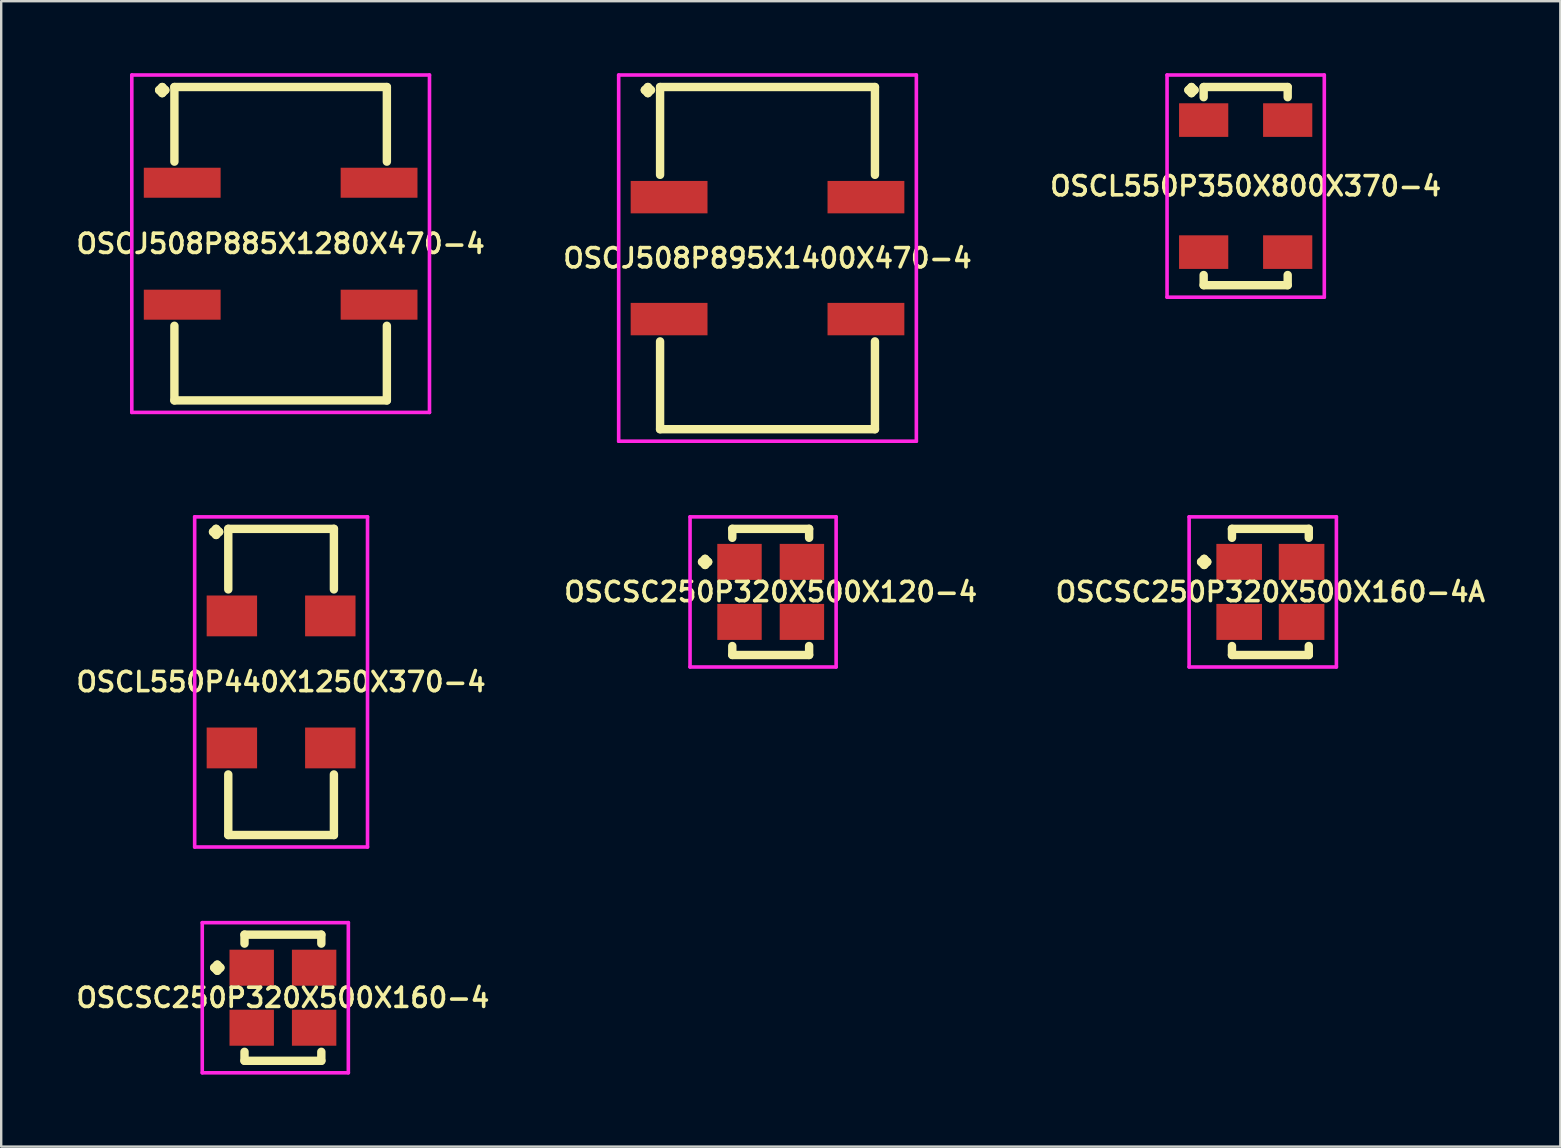
<source format=kicad_pcb>
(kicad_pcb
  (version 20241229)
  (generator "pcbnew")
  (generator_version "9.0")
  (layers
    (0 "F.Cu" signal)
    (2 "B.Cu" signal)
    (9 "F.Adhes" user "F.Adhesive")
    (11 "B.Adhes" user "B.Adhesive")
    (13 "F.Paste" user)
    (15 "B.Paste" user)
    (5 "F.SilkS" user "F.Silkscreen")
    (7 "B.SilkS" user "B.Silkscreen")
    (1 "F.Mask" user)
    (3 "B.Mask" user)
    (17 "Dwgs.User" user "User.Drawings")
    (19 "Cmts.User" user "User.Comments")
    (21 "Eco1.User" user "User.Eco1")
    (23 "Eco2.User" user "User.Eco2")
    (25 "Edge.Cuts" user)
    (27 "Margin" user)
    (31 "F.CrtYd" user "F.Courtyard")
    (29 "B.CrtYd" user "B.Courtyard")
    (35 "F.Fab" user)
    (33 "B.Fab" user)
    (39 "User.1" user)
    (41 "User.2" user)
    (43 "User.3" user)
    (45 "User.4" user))
  (footprint "OSCL550P350X800X370-4"
    (layer "F.Cu")
    (at 48.839 4.702)
    (property "Reference" "OSCL550P350X800X370-4" (at 0 0 0) (layer "F.SilkS") (effects (font (size 0.8 0.8) (thickness 0.15))))
    (attr through_hole)
    (fp_line (start -2.385 -4) (end -2.258 -4.127) (stroke (width 0.35) (type solid)) (layer "F.SilkS"))
    (fp_line (start -2.258 -4.127) (end -2.131 -4) (stroke (width 0.35) (type solid)) (layer "F.SilkS"))
    (fp_line (start -2.258 -3.873) (end -2.385 -4) (stroke (width 0.35) (type solid)) (layer "F.SilkS"))
    (fp_line (start -2.131 -4) (end -2.258 -3.873) (stroke (width 0.35) (type solid)) (layer "F.SilkS"))
    (fp_line (start -1.75 -4.127) (end 1.75 -4.127) (stroke (width 0.35) (type solid)) (layer "F.SilkS"))
    (fp_line (start -1.75 -3.704) (end -1.75 -4.127) (stroke (width 0.35) (type solid)) (layer "F.SilkS"))
    (fp_line (start -1.75 3.704) (end -1.75 4.127) (stroke (width 0.35) (type solid)) (layer "F.SilkS"))
    (fp_line (start -1.75 4.127) (end 1.75 4.127) (stroke (width 0.35) (type solid)) (layer "F.SilkS"))
    (fp_line (start 1.75 -4.127) (end 1.75 -3.704) (stroke (width 0.35) (type solid)) (layer "F.SilkS"))
    (fp_line (start 1.75 4.127) (end 1.75 3.704) (stroke (width 0.35) (type solid)) (layer "F.SilkS"))
    (fp_line (start -3.275 -4.627) (end 3.275 -4.627) (stroke (width 0.15) (type solid)) (layer "F.CrtYd"))
    (fp_line (start -3.275 4.627) (end -3.275 -4.627) (stroke (width 0.15) (type solid)) (layer "F.CrtYd"))
    (fp_line (start 3.275 -4.627) (end 3.275 4.627) (stroke (width 0.15) (type solid)) (layer "F.CrtYd"))
    (fp_line (start 3.275 4.627) (end -3.275 4.627) (stroke (width 0.15) (type solid)) (layer "F.CrtYd"))
    (pad "1" smd rect (at -1.75 -2.75) (size 2.05 1.4) (layers "F.Cu" "F.Mask" "F.Paste"))
    (pad "2" smd rect (at -1.75 2.75) (size 2.05 1.4) (layers "F.Cu" "F.Mask" "F.Paste"))
    (pad "3" smd rect (at 1.75 2.75) (size 2.05 1.4) (layers "F.Cu" "F.Mask" "F.Paste"))
    (pad "4" smd rect (at 1.75 -2.75) (size 2.05 1.4) (layers "F.Cu" "F.Mask" "F.Paste")))
  (footprint "OSCJ508P885X1280X470-4"
    (layer "F.Cu")
    (at 8.64 7.102)
    (property "Reference" "OSCJ508P885X1280X470-4" (at 0 0 0) (layer "F.SilkS") (effects (font (size 0.8 0.8) (thickness 0.15))))
    (attr through_hole)
    (fp_line (start -5.06 -6.4) (end -4.933 -6.527) (stroke (width 0.35) (type solid)) (layer "F.SilkS"))
    (fp_line (start -4.933 -6.527) (end -4.806 -6.4) (stroke (width 0.35) (type solid)) (layer "F.SilkS"))
    (fp_line (start -4.933 -6.273) (end -5.06 -6.4) (stroke (width 0.35) (type solid)) (layer "F.SilkS"))
    (fp_line (start -4.806 -6.4) (end -4.933 -6.273) (stroke (width 0.35) (type solid)) (layer "F.SilkS"))
    (fp_line (start -4.425 -6.527) (end 4.425 -6.527) (stroke (width 0.35) (type solid)) (layer "F.SilkS"))
    (fp_line (start -4.425 -3.419) (end -4.425 -6.527) (stroke (width 0.35) (type solid)) (layer "F.SilkS"))
    (fp_line (start -4.425 3.419) (end -4.425 6.527) (stroke (width 0.35) (type solid)) (layer "F.SilkS"))
    (fp_line (start -4.425 6.527) (end 4.425 6.527) (stroke (width 0.35) (type solid)) (layer "F.SilkS"))
    (fp_line (start 4.425 -6.527) (end 4.425 -3.419) (stroke (width 0.35) (type solid)) (layer "F.SilkS"))
    (fp_line (start 4.425 6.527) (end 4.425 3.419) (stroke (width 0.35) (type solid)) (layer "F.SilkS"))
    (fp_line (start -6.2 -7.027) (end 6.2 -7.027) (stroke (width 0.15) (type solid)) (layer "F.CrtYd"))
    (fp_line (start -6.2 7.027) (end -6.2 -7.027) (stroke (width 0.15) (type solid)) (layer "F.CrtYd"))
    (fp_line (start 6.2 -7.027) (end 6.2 7.027) (stroke (width 0.15) (type solid)) (layer "F.CrtYd"))
    (fp_line (start 6.2 7.027) (end -6.2 7.027) (stroke (width 0.15) (type solid)) (layer "F.CrtYd"))
    (pad "1" smd rect (at -4.1 -2.54) (size 3.2 1.25) (layers "F.Cu" "F.Mask" "F.Paste"))
    (pad "2" smd rect (at -4.1 2.54) (size 3.2 1.25) (layers "F.Cu" "F.Mask" "F.Paste"))
    (pad "3" smd rect (at 4.1 2.54) (size 3.2 1.25) (layers "F.Cu" "F.Mask" "F.Paste"))
    (pad "4" smd rect (at 4.1 -2.54) (size 3.2 1.25) (layers "F.Cu" "F.Mask" "F.Paste")))
  (footprint "OSCSC250P320X500X160-4"
    (layer "F.Cu")
    (at 8.735 38.51)
    (property "Reference" "OSCSC250P320X500X160-4" (at 0 0 0) (layer "F.SilkS") (effects (font (size 0.8 0.8) (thickness 0.15))))
    (attr through_hole)
    (fp_line (start -2.86 -1.25) (end -2.733 -1.377) (stroke (width 0.35) (type solid)) (layer "F.SilkS"))
    (fp_line (start -2.733 -1.377) (end -2.606 -1.25) (stroke (width 0.35) (type solid)) (layer "F.SilkS"))
    (fp_line (start -2.733 -1.123) (end -2.86 -1.25) (stroke (width 0.35) (type solid)) (layer "F.SilkS"))
    (fp_line (start -2.606 -1.25) (end -2.733 -1.123) (stroke (width 0.35) (type solid)) (layer "F.SilkS"))
    (fp_line (start -1.6 -2.627) (end 1.6 -2.627) (stroke (width 0.35) (type solid)) (layer "F.SilkS"))
    (fp_line (start -1.6 -2.254) (end -1.6 -2.627) (stroke (width 0.35) (type solid)) (layer "F.SilkS"))
    (fp_line (start -1.6 2.254) (end -1.6 2.627) (stroke (width 0.35) (type solid)) (layer "F.SilkS"))
    (fp_line (start -1.6 2.627) (end 1.6 2.627) (stroke (width 0.35) (type solid)) (layer "F.SilkS"))
    (fp_line (start 1.6 -2.627) (end 1.6 -2.254) (stroke (width 0.35) (type solid)) (layer "F.SilkS"))
    (fp_line (start 1.6 2.627) (end 1.6 2.254) (stroke (width 0.35) (type solid)) (layer "F.SilkS"))
    (fp_line (start -3.36 -3.127) (end 2.725 -3.127) (stroke (width 0.15) (type solid)) (layer "F.CrtYd"))
    (fp_line (start -3.36 3.127) (end -3.36 -3.127) (stroke (width 0.15) (type solid)) (layer "F.CrtYd"))
    (fp_line (start 2.725 -3.127) (end 2.725 3.127) (stroke (width 0.15) (type solid)) (layer "F.CrtYd"))
    (fp_line (start 2.725 3.127) (end -3.36 3.127) (stroke (width 0.15) (type solid)) (layer "F.CrtYd"))
    (pad "1" smd rect (at -1.3 -1.25) (size 1.85 1.5) (layers "F.Cu" "F.Mask" "F.Paste"))
    (pad "2" smd rect (at -1.3 1.25) (size 1.85 1.5) (layers "F.Cu" "F.Mask" "F.Paste"))
    (pad "3" smd rect (at 1.3 1.25) (size 1.85 1.5) (layers "F.Cu" "F.Mask" "F.Paste"))
    (pad "4" smd rect (at 1.3 -1.25) (size 1.85 1.5) (layers "F.Cu" "F.Mask" "F.Paste")))
  (footprint "OSCSC250P320X500X120-4"
    (layer "F.Cu")
    (at 29.054 21.606)
    (property "Reference" "OSCSC250P320X500X120-4" (at 0 0 0) (layer "F.SilkS") (effects (font (size 0.8 0.8) (thickness 0.15))))
    (attr through_hole)
    (fp_line (start -2.86 -1.25) (end -2.733 -1.377) (stroke (width 0.35) (type solid)) (layer "F.SilkS"))
    (fp_line (start -2.733 -1.377) (end -2.606 -1.25) (stroke (width 0.35) (type solid)) (layer "F.SilkS"))
    (fp_line (start -2.733 -1.123) (end -2.86 -1.25) (stroke (width 0.35) (type solid)) (layer "F.SilkS"))
    (fp_line (start -2.606 -1.25) (end -2.733 -1.123) (stroke (width 0.35) (type solid)) (layer "F.SilkS"))
    (fp_line (start -1.6 -2.627) (end 1.6 -2.627) (stroke (width 0.35) (type solid)) (layer "F.SilkS"))
    (fp_line (start -1.6 -2.254) (end -1.6 -2.627) (stroke (width 0.35) (type solid)) (layer "F.SilkS"))
    (fp_line (start -1.6 2.254) (end -1.6 2.627) (stroke (width 0.35) (type solid)) (layer "F.SilkS"))
    (fp_line (start -1.6 2.627) (end 1.6 2.627) (stroke (width 0.35) (type solid)) (layer "F.SilkS"))
    (fp_line (start 1.6 -2.627) (end 1.6 -2.254) (stroke (width 0.35) (type solid)) (layer "F.SilkS"))
    (fp_line (start 1.6 2.627) (end 1.6 2.254) (stroke (width 0.35) (type solid)) (layer "F.SilkS"))
    (fp_line (start -3.36 -3.127) (end 2.725 -3.127) (stroke (width 0.15) (type solid)) (layer "F.CrtYd"))
    (fp_line (start -3.36 3.127) (end -3.36 -3.127) (stroke (width 0.15) (type solid)) (layer "F.CrtYd"))
    (fp_line (start 2.725 -3.127) (end 2.725 3.127) (stroke (width 0.15) (type solid)) (layer "F.CrtYd"))
    (fp_line (start 2.725 3.127) (end -3.36 3.127) (stroke (width 0.15) (type solid)) (layer "F.CrtYd"))
    (pad "1" smd rect (at -1.3 -1.25) (size 1.85 1.5) (layers "F.Cu" "F.Mask" "F.Paste"))
    (pad "2" smd rect (at -1.3 1.25) (size 1.85 1.5) (layers "F.Cu" "F.Mask" "F.Paste"))
    (pad "3" smd rect (at 1.3 1.25) (size 1.85 1.5) (layers "F.Cu" "F.Mask" "F.Paste"))
    (pad "4" smd rect (at 1.3 -1.25) (size 1.85 1.5) (layers "F.Cu" "F.Mask" "F.Paste")))
  (footprint "OSCSC250P320X500X160-4A"
    (layer "F.Cu")
    (at 49.868 21.606)
    (property "Reference" "OSCSC250P320X500X160-4A" (at 0 0 0) (layer "F.SilkS") (effects (font (size 0.8 0.8) (thickness 0.15))))
    (attr smd)
    (fp_line (start -2.885 -1.25) (end -2.758 -1.377) (stroke (width 0.35) (type solid)) (layer "F.SilkS"))
    (fp_line (start -2.758 -1.377) (end -2.631 -1.25) (stroke (width 0.35) (type solid)) (layer "F.SilkS"))
    (fp_line (start -2.758 -1.123) (end -2.885 -1.25) (stroke (width 0.35) (type solid)) (layer "F.SilkS"))
    (fp_line (start -2.631 -1.25) (end -2.758 -1.123) (stroke (width 0.35) (type solid)) (layer "F.SilkS"))
    (fp_line (start -1.6 -2.627) (end 1.6 -2.627) (stroke (width 0.35) (type solid)) (layer "F.SilkS"))
    (fp_line (start -1.6 -2.254) (end -1.6 -2.627) (stroke (width 0.35) (type solid)) (layer "F.SilkS"))
    (fp_line (start -1.6 2.254) (end -1.6 2.627) (stroke (width 0.35) (type solid)) (layer "F.SilkS"))
    (fp_line (start -1.6 2.627) (end 1.6 2.627) (stroke (width 0.35) (type solid)) (layer "F.SilkS"))
    (fp_line (start 1.6 -2.627) (end 1.6 -2.254) (stroke (width 0.35) (type solid)) (layer "F.SilkS"))
    (fp_line (start 1.6 2.627) (end 1.6 2.254) (stroke (width 0.35) (type solid)) (layer "F.SilkS"))
    (fp_line (start -3.385 -3.127) (end 2.75 -3.127) (stroke (width 0.15) (type solid)) (layer "F.CrtYd"))
    (fp_line (start -3.385 3.127) (end -3.385 -3.127) (stroke (width 0.15) (type solid)) (layer "F.CrtYd"))
    (fp_line (start 2.75 -3.127) (end 2.75 3.127) (stroke (width 0.15) (type solid)) (layer "F.CrtYd"))
    (fp_line (start 2.75 3.127) (end -3.385 3.127) (stroke (width 0.15) (type solid)) (layer "F.CrtYd"))
    (pad "1" smd rect (at -1.3 -1.25) (size 1.9 1.5) (layers "F.Cu" "F.Mask" "F.Paste"))
    (pad "2" smd rect (at -1.3 1.25) (size 1.9 1.5) (layers "F.Cu" "F.Mask" "F.Paste"))
    (pad "3" smd rect (at 1.3 1.25) (size 1.9 1.5) (layers "F.Cu" "F.Mask" "F.Paste"))
    (pad "4" smd rect (at 1.3 -1.25) (size 1.9 1.5) (layers "F.Cu" "F.Mask" "F.Paste")))
  (footprint "OSCJ508P895X1400X470-4"
    (layer "F.Cu")
    (at 28.921 7.702)
    (property "Reference" "OSCJ508P895X1400X470-4" (at 0 0 0) (layer "F.SilkS") (effects (font (size 0.8 0.8) (thickness 0.15))))
    (attr through_hole)
    (fp_line (start -5.11 -7) (end -4.983 -7.127) (stroke (width 0.35) (type solid)) (layer "F.SilkS"))
    (fp_line (start -4.983 -7.127) (end -4.856 -7) (stroke (width 0.35) (type solid)) (layer "F.SilkS"))
    (fp_line (start -4.983 -6.873) (end -5.11 -7) (stroke (width 0.35) (type solid)) (layer "F.SilkS"))
    (fp_line (start -4.856 -7) (end -4.983 -6.873) (stroke (width 0.35) (type solid)) (layer "F.SilkS"))
    (fp_line (start -4.475 -7.127) (end 4.475 -7.127) (stroke (width 0.35) (type solid)) (layer "F.SilkS"))
    (fp_line (start -4.475 -3.469) (end -4.475 -7.127) (stroke (width 0.35) (type solid)) (layer "F.SilkS"))
    (fp_line (start -4.475 3.469) (end -4.475 7.127) (stroke (width 0.35) (type solid)) (layer "F.SilkS"))
    (fp_line (start -4.475 7.127) (end 4.475 7.127) (stroke (width 0.35) (type solid)) (layer "F.SilkS"))
    (fp_line (start 4.475 -7.127) (end 4.475 -3.469) (stroke (width 0.35) (type solid)) (layer "F.SilkS"))
    (fp_line (start 4.475 7.127) (end 4.475 3.469) (stroke (width 0.35) (type solid)) (layer "F.SilkS"))
    (fp_line (start -6.2 -7.627) (end 6.2 -7.627) (stroke (width 0.15) (type solid)) (layer "F.CrtYd"))
    (fp_line (start -6.2 7.627) (end -6.2 -7.627) (stroke (width 0.15) (type solid)) (layer "F.CrtYd"))
    (fp_line (start 6.2 -7.627) (end 6.2 7.627) (stroke (width 0.15) (type solid)) (layer "F.CrtYd"))
    (fp_line (start 6.2 7.627) (end -6.2 7.627) (stroke (width 0.15) (type solid)) (layer "F.CrtYd"))
    (pad "1" smd rect (at -4.1 -2.54) (size 3.2 1.35) (layers "F.Cu" "F.Mask" "F.Paste"))
    (pad "2" smd rect (at -4.1 2.54) (size 3.2 1.35) (layers "F.Cu" "F.Mask" "F.Paste"))
    (pad "3" smd rect (at 4.1 2.54) (size 3.2 1.35) (layers "F.Cu" "F.Mask" "F.Paste"))
    (pad "4" smd rect (at 4.1 -2.54) (size 3.2 1.35) (layers "F.Cu" "F.Mask" "F.Paste")))
  (footprint "OSCL550P440X1250X370-4"
    (layer "F.Cu")
    (at 8.659 25.356)
    (property "Reference" "OSCL550P440X1250X370-4" (at 0 0 0) (layer "F.SilkS") (effects (font (size 0.8 0.8) (thickness 0.15))))
    (attr through_hole)
    (fp_line (start -2.835 -6.25) (end -2.708 -6.377) (stroke (width 0.35) (type solid)) (layer "F.SilkS"))
    (fp_line (start -2.708 -6.377) (end -2.581 -6.25) (stroke (width 0.35) (type solid)) (layer "F.SilkS"))
    (fp_line (start -2.708 -6.123) (end -2.835 -6.25) (stroke (width 0.35) (type solid)) (layer "F.SilkS"))
    (fp_line (start -2.581 -6.25) (end -2.708 -6.123) (stroke (width 0.35) (type solid)) (layer "F.SilkS"))
    (fp_line (start -2.2 -6.377) (end 2.2 -6.377) (stroke (width 0.35) (type solid)) (layer "F.SilkS"))
    (fp_line (start -2.2 -3.854) (end -2.2 -6.377) (stroke (width 0.35) (type solid)) (layer "F.SilkS"))
    (fp_line (start -2.2 3.854) (end -2.2 6.377) (stroke (width 0.35) (type solid)) (layer "F.SilkS"))
    (fp_line (start -2.2 6.377) (end 2.2 6.377) (stroke (width 0.35) (type solid)) (layer "F.SilkS"))
    (fp_line (start 2.2 -6.377) (end 2.2 -3.854) (stroke (width 0.35) (type solid)) (layer "F.SilkS"))
    (fp_line (start 2.2 6.377) (end 2.2 3.854) (stroke (width 0.35) (type solid)) (layer "F.SilkS"))
    (fp_line (start -3.6 -6.877) (end 3.6 -6.877) (stroke (width 0.15) (type solid)) (layer "F.CrtYd"))
    (fp_line (start -3.6 6.877) (end -3.6 -6.877) (stroke (width 0.15) (type solid)) (layer "F.CrtYd"))
    (fp_line (start 3.6 -6.877) (end 3.6 6.877) (stroke (width 0.15) (type solid)) (layer "F.CrtYd"))
    (fp_line (start 3.6 6.877) (end -3.6 6.877) (stroke (width 0.15) (type solid)) (layer "F.CrtYd"))
    (pad "1" smd rect (at -2.05 -2.75) (size 2.1 1.7) (layers "F.Cu" "F.Mask" "F.Paste"))
    (pad "2" smd rect (at -2.05 2.75) (size 2.1 1.7) (layers "F.Cu" "F.Mask" "F.Paste"))
    (pad "3" smd rect (at 2.05 2.75) (size 2.1 1.7) (layers "F.Cu" "F.Mask" "F.Paste"))
    (pad "4" smd rect (at 2.05 -2.75) (size 2.1 1.7) (layers "F.Cu" "F.Mask" "F.Paste")))
  (gr_rect
    (start -3 -3)
    (end 61.946 44.712)
    (stroke (width 0.1) (type default))
    (fill no)
    (layer "Edge.Cuts")))
</source>
